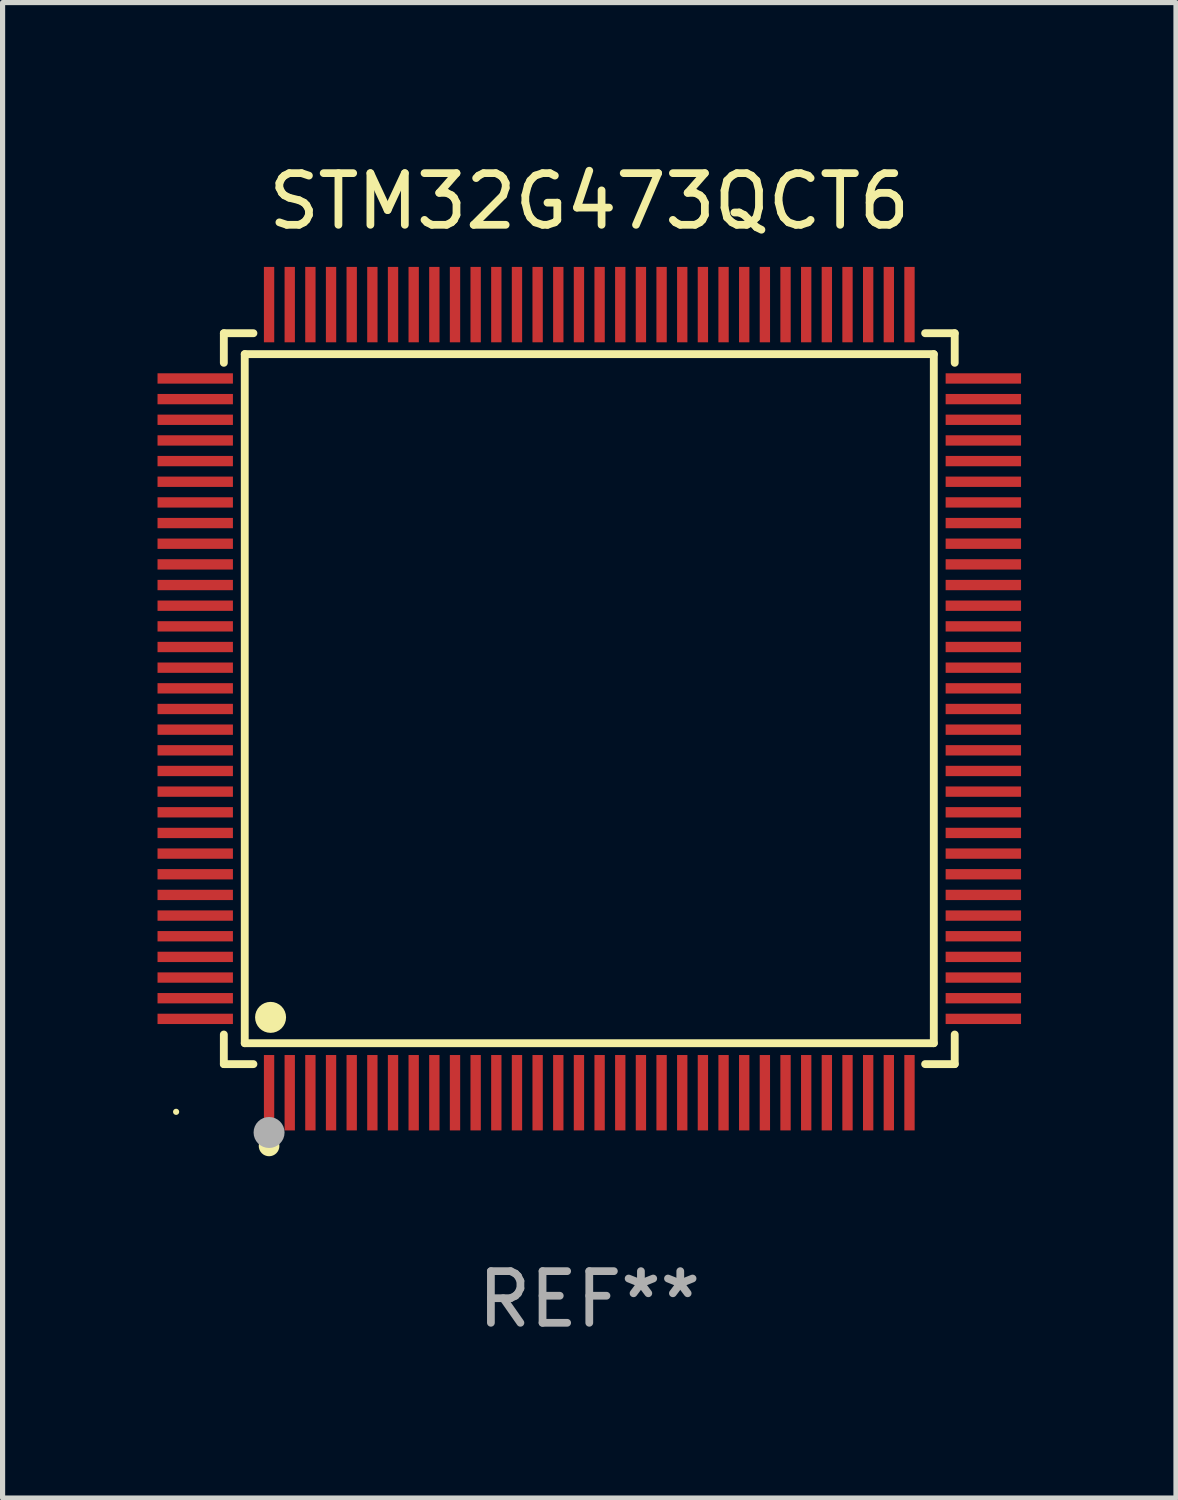
<source format=kicad_pcb>
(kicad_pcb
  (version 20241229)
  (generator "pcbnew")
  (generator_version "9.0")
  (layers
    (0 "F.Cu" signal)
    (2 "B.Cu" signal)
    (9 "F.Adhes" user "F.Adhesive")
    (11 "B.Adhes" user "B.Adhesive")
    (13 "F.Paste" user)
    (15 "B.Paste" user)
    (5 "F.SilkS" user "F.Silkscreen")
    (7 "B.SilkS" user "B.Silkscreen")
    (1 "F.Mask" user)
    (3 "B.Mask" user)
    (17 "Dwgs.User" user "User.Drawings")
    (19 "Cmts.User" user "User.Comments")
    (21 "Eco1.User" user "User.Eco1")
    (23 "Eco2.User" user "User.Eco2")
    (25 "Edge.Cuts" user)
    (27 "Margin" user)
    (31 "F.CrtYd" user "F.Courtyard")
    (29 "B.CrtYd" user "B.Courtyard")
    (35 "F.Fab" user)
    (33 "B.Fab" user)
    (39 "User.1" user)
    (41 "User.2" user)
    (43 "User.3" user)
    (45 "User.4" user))
  (footprint "STM32G473QCT6"
    (layer "F.Cu")
    (at 8.36 10.478)
    (property "Reference" "STM32G473QCT6" (at 0 -9.63 0) (layer "F.SilkS") (effects (font (size 1 1) (thickness 0.15))))
    (attr through_hole)
    (fp_line (start -7.076 -7.076) (end -6.503 -7.076) (stroke (width 0.152) (type solid)) (layer "F.SilkS"))
    (fp_line (start -7.076 -6.503) (end -7.076 -7.076) (stroke (width 0.152) (type solid)) (layer "F.SilkS"))
    (fp_line (start -7.076 6.503) (end -7.076 7.076) (stroke (width 0.152) (type solid)) (layer "F.SilkS"))
    (fp_line (start -7.076 7.076) (end -6.503 7.076) (stroke (width 0.152) (type solid)) (layer "F.SilkS"))
    (fp_line (start -6.671 -6.671) (end 6.671 -6.671) (stroke (width 0.152) (type solid)) (layer "F.SilkS"))
    (fp_line (start -6.671 6.671) (end -6.671 -6.671) (stroke (width 0.152) (type solid)) (layer "F.SilkS"))
    (fp_line (start 6.671 -6.671) (end 6.671 6.671) (stroke (width 0.152) (type solid)) (layer "F.SilkS"))
    (fp_line (start 6.671 6.671) (end -6.671 6.671) (stroke (width 0.152) (type solid)) (layer "F.SilkS"))
    (fp_line (start 7.076 -7.076) (end 6.503 -7.076) (stroke (width 0.152) (type solid)) (layer "F.SilkS"))
    (fp_line (start 7.076 -6.503) (end 7.076 -7.076) (stroke (width 0.152) (type solid)) (layer "F.SilkS"))
    (fp_line (start 7.076 6.503) (end 7.076 7.076) (stroke (width 0.152) (type solid)) (layer "F.SilkS"))
    (fp_line (start 7.076 7.076) (end 6.503 7.076) (stroke (width 0.152) (type solid)) (layer "F.SilkS"))
    (fp_circle (center -8 8) (end -7.97 8) (stroke (width 0.06) (type solid)) (fill no) (layer "F.SilkS"))
    (fp_circle (center -6.2 8.66) (end -6.1 8.66) (stroke (width 0.2) (type solid)) (fill no) (layer "F.SilkS"))
    (fp_circle (center -6.171 6.171) (end -6.021 6.171) (stroke (width 0.3) (type solid)) (fill no) (layer "F.SilkS"))
    (fp_circle (center -6.2 8.4) (end -6.05 8.4) (stroke (width 0.3) (type solid)) (fill no) (layer "F.Fab"))
    (fp_text user "REF**" (at 0 11.63 0) (layer "F.Fab") (effects (font (size 1 1) (thickness 0.15))))
    (pad "1" smd rect (at -6.2 7.63) (size 0.2 1.46) (layers "F.Cu" "F.Mask" "F.Paste"))
    (pad "2" smd rect (at -5.8 7.63) (size 0.2 1.46) (layers "F.Cu" "F.Mask" "F.Paste"))
    (pad "3" smd rect (at -5.4 7.63) (size 0.2 1.46) (layers "F.Cu" "F.Mask" "F.Paste"))
    (pad "4" smd rect (at -5 7.63) (size 0.2 1.46) (layers "F.Cu" "F.Mask" "F.Paste"))
    (pad "5" smd rect (at -4.6 7.63) (size 0.2 1.46) (layers "F.Cu" "F.Mask" "F.Paste"))
    (pad "6" smd rect (at -4.2 7.63) (size 0.2 1.46) (layers "F.Cu" "F.Mask" "F.Paste"))
    (pad "7" smd rect (at -3.8 7.63) (size 0.2 1.46) (layers "F.Cu" "F.Mask" "F.Paste"))
    (pad "8" smd rect (at -3.4 7.63) (size 0.2 1.46) (layers "F.Cu" "F.Mask" "F.Paste"))
    (pad "9" smd rect (at -3 7.63) (size 0.2 1.46) (layers "F.Cu" "F.Mask" "F.Paste"))
    (pad "10" smd rect (at -2.6 7.63) (size 0.2 1.46) (layers "F.Cu" "F.Mask" "F.Paste"))
    (pad "11" smd rect (at -2.2 7.63) (size 0.2 1.46) (layers "F.Cu" "F.Mask" "F.Paste"))
    (pad "12" smd rect (at -1.8 7.63) (size 0.2 1.46) (layers "F.Cu" "F.Mask" "F.Paste"))
    (pad "13" smd rect (at -1.4 7.63) (size 0.2 1.46) (layers "F.Cu" "F.Mask" "F.Paste"))
    (pad "14" smd rect (at -1 7.63) (size 0.2 1.46) (layers "F.Cu" "F.Mask" "F.Paste"))
    (pad "15" smd rect (at -0.6 7.63) (size 0.2 1.46) (layers "F.Cu" "F.Mask" "F.Paste"))
    (pad "16" smd rect (at -0.2 7.63) (size 0.2 1.46) (layers "F.Cu" "F.Mask" "F.Paste"))
    (pad "17" smd rect (at 0.2 7.63) (size 0.2 1.46) (layers "F.Cu" "F.Mask" "F.Paste"))
    (pad "18" smd rect (at 0.6 7.63) (size 0.2 1.46) (layers "F.Cu" "F.Mask" "F.Paste"))
    (pad "19" smd rect (at 1 7.63) (size 0.2 1.46) (layers "F.Cu" "F.Mask" "F.Paste"))
    (pad "20" smd rect (at 1.4 7.63) (size 0.2 1.46) (layers "F.Cu" "F.Mask" "F.Paste"))
    (pad "21" smd rect (at 1.8 7.63) (size 0.2 1.46) (layers "F.Cu" "F.Mask" "F.Paste"))
    (pad "22" smd rect (at 2.2 7.63) (size 0.2 1.46) (layers "F.Cu" "F.Mask" "F.Paste"))
    (pad "23" smd rect (at 2.6 7.63) (size 0.2 1.46) (layers "F.Cu" "F.Mask" "F.Paste"))
    (pad "24" smd rect (at 3 7.63) (size 0.2 1.46) (layers "F.Cu" "F.Mask" "F.Paste"))
    (pad "25" smd rect (at 3.4 7.63) (size 0.2 1.46) (layers "F.Cu" "F.Mask" "F.Paste"))
    (pad "26" smd rect (at 3.8 7.63) (size 0.2 1.46) (layers "F.Cu" "F.Mask" "F.Paste"))
    (pad "27" smd rect (at 4.2 7.63) (size 0.2 1.46) (layers "F.Cu" "F.Mask" "F.Paste"))
    (pad "28" smd rect (at 4.6 7.63) (size 0.2 1.46) (layers "F.Cu" "F.Mask" "F.Paste"))
    (pad "29" smd rect (at 5 7.63) (size 0.2 1.46) (layers "F.Cu" "F.Mask" "F.Paste"))
    (pad "30" smd rect (at 5.4 7.63) (size 0.2 1.46) (layers "F.Cu" "F.Mask" "F.Paste"))
    (pad "31" smd rect (at 5.8 7.63) (size 0.2 1.46) (layers "F.Cu" "F.Mask" "F.Paste"))
    (pad "32" smd rect (at 6.2 7.63) (size 0.2 1.46) (layers "F.Cu" "F.Mask" "F.Paste"))
    (pad "33" smd rect (at 7.63 6.2) (size 1.46 0.2) (layers "F.Cu" "F.Mask" "F.Paste"))
    (pad "34" smd rect (at 7.63 5.8) (size 1.46 0.2) (layers "F.Cu" "F.Mask" "F.Paste"))
    (pad "35" smd rect (at 7.63 5.4) (size 1.46 0.2) (layers "F.Cu" "F.Mask" "F.Paste"))
    (pad "36" smd rect (at 7.63 5) (size 1.46 0.2) (layers "F.Cu" "F.Mask" "F.Paste"))
    (pad "37" smd rect (at 7.63 4.6) (size 1.46 0.2) (layers "F.Cu" "F.Mask" "F.Paste"))
    (pad "38" smd rect (at 7.63 4.2) (size 1.46 0.2) (layers "F.Cu" "F.Mask" "F.Paste"))
    (pad "39" smd rect (at 7.63 3.8) (size 1.46 0.2) (layers "F.Cu" "F.Mask" "F.Paste"))
    (pad "40" smd rect (at 7.63 3.4) (size 1.46 0.2) (layers "F.Cu" "F.Mask" "F.Paste"))
    (pad "41" smd rect (at 7.63 3) (size 1.46 0.2) (layers "F.Cu" "F.Mask" "F.Paste"))
    (pad "42" smd rect (at 7.63 2.6) (size 1.46 0.2) (layers "F.Cu" "F.Mask" "F.Paste"))
    (pad "43" smd rect (at 7.63 2.2) (size 1.46 0.2) (layers "F.Cu" "F.Mask" "F.Paste"))
    (pad "44" smd rect (at 7.63 1.8) (size 1.46 0.2) (layers "F.Cu" "F.Mask" "F.Paste"))
    (pad "45" smd rect (at 7.63 1.4) (size 1.46 0.2) (layers "F.Cu" "F.Mask" "F.Paste"))
    (pad "46" smd rect (at 7.63 1) (size 1.46 0.2) (layers "F.Cu" "F.Mask" "F.Paste"))
    (pad "47" smd rect (at 7.63 0.6) (size 1.46 0.2) (layers "F.Cu" "F.Mask" "F.Paste"))
    (pad "48" smd rect (at 7.63 0.2) (size 1.46 0.2) (layers "F.Cu" "F.Mask" "F.Paste"))
    (pad "49" smd rect (at 7.63 -0.2) (size 1.46 0.2) (layers "F.Cu" "F.Mask" "F.Paste"))
    (pad "50" smd rect (at 7.63 -0.6) (size 1.46 0.2) (layers "F.Cu" "F.Mask" "F.Paste"))
    (pad "51" smd rect (at 7.63 -1) (size 1.46 0.2) (layers "F.Cu" "F.Mask" "F.Paste"))
    (pad "52" smd rect (at 7.63 -1.4) (size 1.46 0.2) (layers "F.Cu" "F.Mask" "F.Paste"))
    (pad "53" smd rect (at 7.63 -1.8) (size 1.46 0.2) (layers "F.Cu" "F.Mask" "F.Paste"))
    (pad "54" smd rect (at 7.63 -2.2) (size 1.46 0.2) (layers "F.Cu" "F.Mask" "F.Paste"))
    (pad "55" smd rect (at 7.63 -2.6) (size 1.46 0.2) (layers "F.Cu" "F.Mask" "F.Paste"))
    (pad "56" smd rect (at 7.63 -3) (size 1.46 0.2) (layers "F.Cu" "F.Mask" "F.Paste"))
    (pad "57" smd rect (at 7.63 -3.4) (size 1.46 0.2) (layers "F.Cu" "F.Mask" "F.Paste"))
    (pad "58" smd rect (at 7.63 -3.8) (size 1.46 0.2) (layers "F.Cu" "F.Mask" "F.Paste"))
    (pad "59" smd rect (at 7.63 -4.2) (size 1.46 0.2) (layers "F.Cu" "F.Mask" "F.Paste"))
    (pad "60" smd rect (at 7.63 -4.6) (size 1.46 0.2) (layers "F.Cu" "F.Mask" "F.Paste"))
    (pad "61" smd rect (at 7.63 -5) (size 1.46 0.2) (layers "F.Cu" "F.Mask" "F.Paste"))
    (pad "62" smd rect (at 7.63 -5.4) (size 1.46 0.2) (layers "F.Cu" "F.Mask" "F.Paste"))
    (pad "63" smd rect (at 7.63 -5.8) (size 1.46 0.2) (layers "F.Cu" "F.Mask" "F.Paste"))
    (pad "64" smd rect (at 7.63 -6.2) (size 1.46 0.2) (layers "F.Cu" "F.Mask" "F.Paste"))
    (pad "65" smd rect (at 6.2 -7.63) (size 0.2 1.46) (layers "F.Cu" "F.Mask" "F.Paste"))
    (pad "66" smd rect (at 5.8 -7.63) (size 0.2 1.46) (layers "F.Cu" "F.Mask" "F.Paste"))
    (pad "67" smd rect (at 5.4 -7.63) (size 0.2 1.46) (layers "F.Cu" "F.Mask" "F.Paste"))
    (pad "68" smd rect (at 5 -7.63) (size 0.2 1.46) (layers "F.Cu" "F.Mask" "F.Paste"))
    (pad "69" smd rect (at 4.6 -7.63) (size 0.2 1.46) (layers "F.Cu" "F.Mask" "F.Paste"))
    (pad "70" smd rect (at 4.2 -7.63) (size 0.2 1.46) (layers "F.Cu" "F.Mask" "F.Paste"))
    (pad "71" smd rect (at 3.8 -7.63) (size 0.2 1.46) (layers "F.Cu" "F.Mask" "F.Paste"))
    (pad "72" smd rect (at 3.4 -7.63) (size 0.2 1.46) (layers "F.Cu" "F.Mask" "F.Paste"))
    (pad "73" smd rect (at 3 -7.63) (size 0.2 1.46) (layers "F.Cu" "F.Mask" "F.Paste"))
    (pad "74" smd rect (at 2.6 -7.63) (size 0.2 1.46) (layers "F.Cu" "F.Mask" "F.Paste"))
    (pad "75" smd rect (at 2.2 -7.63) (size 0.2 1.46) (layers "F.Cu" "F.Mask" "F.Paste"))
    (pad "76" smd rect (at 1.8 -7.63) (size 0.2 1.46) (layers "F.Cu" "F.Mask" "F.Paste"))
    (pad "77" smd rect (at 1.4 -7.63) (size 0.2 1.46) (layers "F.Cu" "F.Mask" "F.Paste"))
    (pad "78" smd rect (at 1 -7.63) (size 0.2 1.46) (layers "F.Cu" "F.Mask" "F.Paste"))
    (pad "79" smd rect (at 0.6 -7.63) (size 0.2 1.46) (layers "F.Cu" "F.Mask" "F.Paste"))
    (pad "80" smd rect (at 0.2 -7.63) (size 0.2 1.46) (layers "F.Cu" "F.Mask" "F.Paste"))
    (pad "81" smd rect (at -0.2 -7.63) (size 0.2 1.46) (layers "F.Cu" "F.Mask" "F.Paste"))
    (pad "82" smd rect (at -0.6 -7.63) (size 0.2 1.46) (layers "F.Cu" "F.Mask" "F.Paste"))
    (pad "83" smd rect (at -1 -7.63) (size 0.2 1.46) (layers "F.Cu" "F.Mask" "F.Paste"))
    (pad "84" smd rect (at -1.4 -7.63) (size 0.2 1.46) (layers "F.Cu" "F.Mask" "F.Paste"))
    (pad "85" smd rect (at -1.8 -7.63) (size 0.2 1.46) (layers "F.Cu" "F.Mask" "F.Paste"))
    (pad "86" smd rect (at -2.2 -7.63) (size 0.2 1.46) (layers "F.Cu" "F.Mask" "F.Paste"))
    (pad "87" smd rect (at -2.6 -7.63) (size 0.2 1.46) (layers "F.Cu" "F.Mask" "F.Paste"))
    (pad "88" smd rect (at -3 -7.63) (size 0.2 1.46) (layers "F.Cu" "F.Mask" "F.Paste"))
    (pad "89" smd rect (at -3.4 -7.63) (size 0.2 1.46) (layers "F.Cu" "F.Mask" "F.Paste"))
    (pad "90" smd rect (at -3.8 -7.63) (size 0.2 1.46) (layers "F.Cu" "F.Mask" "F.Paste"))
    (pad "91" smd rect (at -4.2 -7.63) (size 0.2 1.46) (layers "F.Cu" "F.Mask" "F.Paste"))
    (pad "92" smd rect (at -4.6 -7.63) (size 0.2 1.46) (layers "F.Cu" "F.Mask" "F.Paste"))
    (pad "93" smd rect (at -5 -7.63) (size 0.2 1.46) (layers "F.Cu" "F.Mask" "F.Paste"))
    (pad "94" smd rect (at -5.4 -7.63) (size 0.2 1.46) (layers "F.Cu" "F.Mask" "F.Paste"))
    (pad "95" smd rect (at -5.8 -7.63) (size 0.2 1.46) (layers "F.Cu" "F.Mask" "F.Paste"))
    (pad "96" smd rect (at -6.2 -7.63) (size 0.2 1.46) (layers "F.Cu" "F.Mask" "F.Paste"))
    (pad "97" smd rect (at -7.63 -6.2) (size 1.46 0.2) (layers "F.Cu" "F.Mask" "F.Paste"))
    (pad "98" smd rect (at -7.63 -5.8) (size 1.46 0.2) (layers "F.Cu" "F.Mask" "F.Paste"))
    (pad "99" smd rect (at -7.63 -5.4) (size 1.46 0.2) (layers "F.Cu" "F.Mask" "F.Paste"))
    (pad "100" smd rect (at -7.63 -5) (size 1.46 0.2) (layers "F.Cu" "F.Mask" "F.Paste"))
    (pad "101" smd rect (at -7.63 -4.6) (size 1.46 0.2) (layers "F.Cu" "F.Mask" "F.Paste"))
    (pad "102" smd rect (at -7.63 -4.2) (size 1.46 0.2) (layers "F.Cu" "F.Mask" "F.Paste"))
    (pad "103" smd rect (at -7.63 -3.8) (size 1.46 0.2) (layers "F.Cu" "F.Mask" "F.Paste"))
    (pad "104" smd rect (at -7.63 -3.4) (size 1.46 0.2) (layers "F.Cu" "F.Mask" "F.Paste"))
    (pad "105" smd rect (at -7.63 -3) (size 1.46 0.2) (layers "F.Cu" "F.Mask" "F.Paste"))
    (pad "106" smd rect (at -7.63 -2.6) (size 1.46 0.2) (layers "F.Cu" "F.Mask" "F.Paste"))
    (pad "107" smd rect (at -7.63 -2.2) (size 1.46 0.2) (layers "F.Cu" "F.Mask" "F.Paste"))
    (pad "108" smd rect (at -7.63 -1.8) (size 1.46 0.2) (layers "F.Cu" "F.Mask" "F.Paste"))
    (pad "109" smd rect (at -7.63 -1.4) (size 1.46 0.2) (layers "F.Cu" "F.Mask" "F.Paste"))
    (pad "110" smd rect (at -7.63 -1) (size 1.46 0.2) (layers "F.Cu" "F.Mask" "F.Paste"))
    (pad "111" smd rect (at -7.63 -0.6) (size 1.46 0.2) (layers "F.Cu" "F.Mask" "F.Paste"))
    (pad "112" smd rect (at -7.63 -0.2) (size 1.46 0.2) (layers "F.Cu" "F.Mask" "F.Paste"))
    (pad "113" smd rect (at -7.63 0.2) (size 1.46 0.2) (layers "F.Cu" "F.Mask" "F.Paste"))
    (pad "114" smd rect (at -7.63 0.6) (size 1.46 0.2) (layers "F.Cu" "F.Mask" "F.Paste"))
    (pad "115" smd rect (at -7.63 1) (size 1.46 0.2) (layers "F.Cu" "F.Mask" "F.Paste"))
    (pad "116" smd rect (at -7.63 1.4) (size 1.46 0.2) (layers "F.Cu" "F.Mask" "F.Paste"))
    (pad "117" smd rect (at -7.63 1.8) (size 1.46 0.2) (layers "F.Cu" "F.Mask" "F.Paste"))
    (pad "118" smd rect (at -7.63 2.2) (size 1.46 0.2) (layers "F.Cu" "F.Mask" "F.Paste"))
    (pad "119" smd rect (at -7.63 2.6) (size 1.46 0.2) (layers "F.Cu" "F.Mask" "F.Paste"))
    (pad "120" smd rect (at -7.63 3) (size 1.46 0.2) (layers "F.Cu" "F.Mask" "F.Paste"))
    (pad "121" smd rect (at -7.63 3.4) (size 1.46 0.2) (layers "F.Cu" "F.Mask" "F.Paste"))
    (pad "122" smd rect (at -7.63 3.8) (size 1.46 0.2) (layers "F.Cu" "F.Mask" "F.Paste"))
    (pad "123" smd rect (at -7.63 4.2) (size 1.46 0.2) (layers "F.Cu" "F.Mask" "F.Paste"))
    (pad "124" smd rect (at -7.63 4.6) (size 1.46 0.2) (layers "F.Cu" "F.Mask" "F.Paste"))
    (pad "125" smd rect (at -7.63 5) (size 1.46 0.2) (layers "F.Cu" "F.Mask" "F.Paste"))
    (pad "126" smd rect (at -7.63 5.4) (size 1.46 0.2) (layers "F.Cu" "F.Mask" "F.Paste"))
    (pad "127" smd rect (at -7.63 5.8) (size 1.46 0.2) (layers "F.Cu" "F.Mask" "F.Paste"))
    (pad "128" smd rect (at -7.63 6.2) (size 1.46 0.2) (layers "F.Cu" "F.Mask" "F.Paste")))
  (gr_rect
    (start -3 -3)
    (end 19.72 25.956)
    (stroke (width 0.1) (type default))
    (fill no)
    (layer "Edge.Cuts")))
</source>
